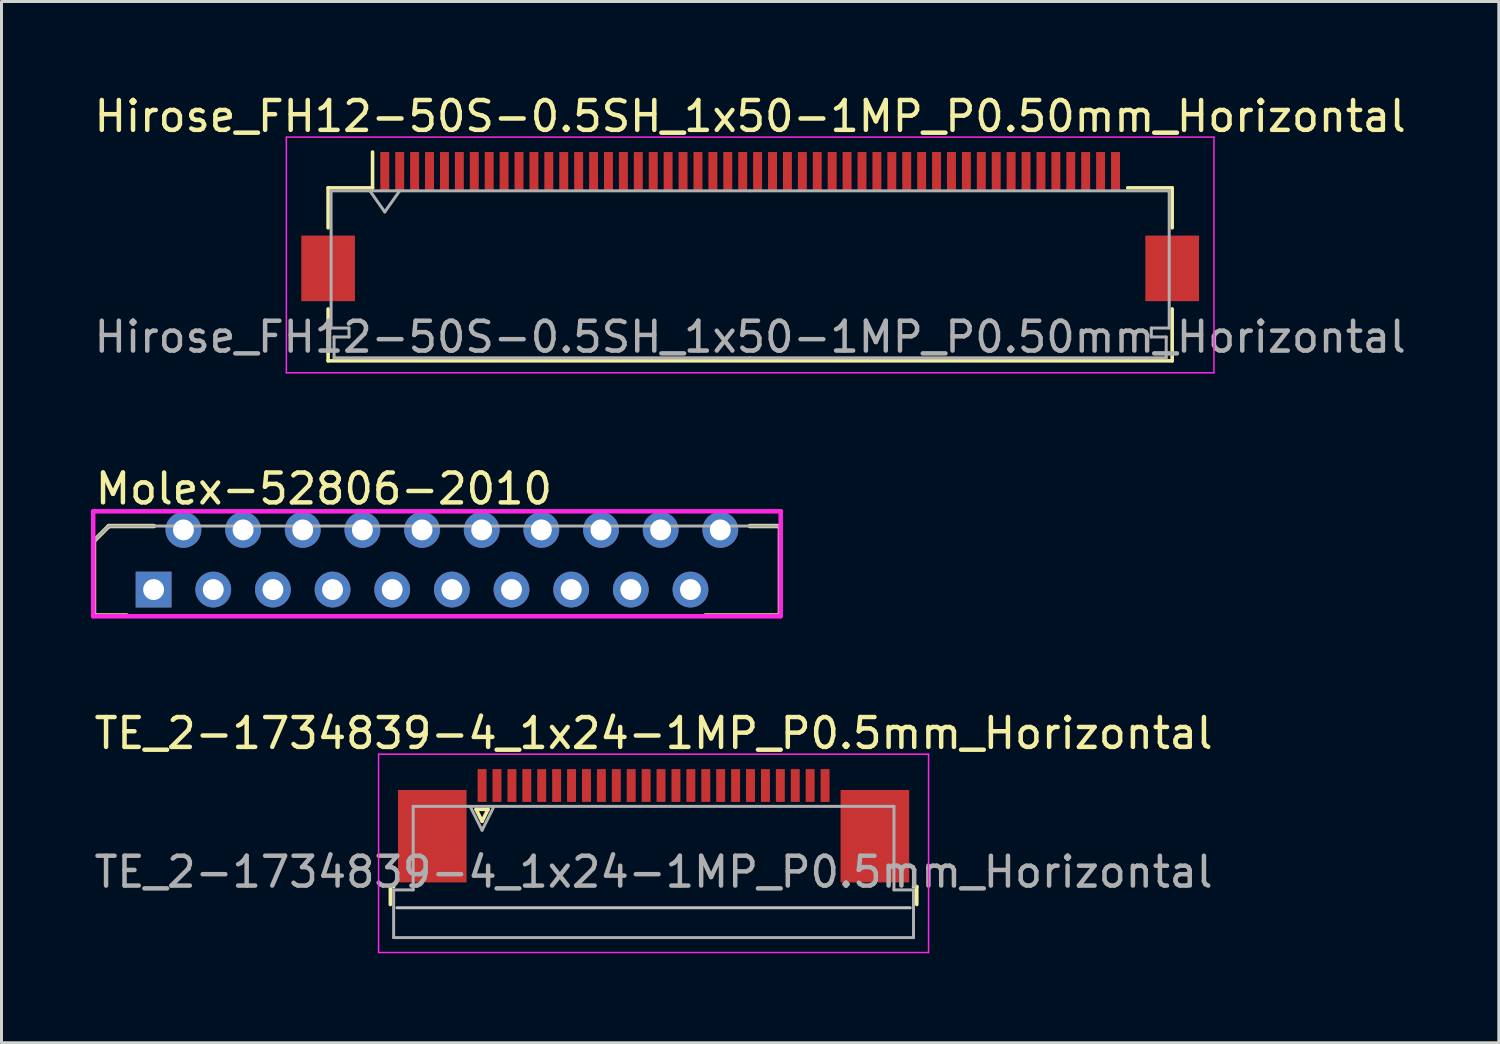
<source format=kicad_pcb>
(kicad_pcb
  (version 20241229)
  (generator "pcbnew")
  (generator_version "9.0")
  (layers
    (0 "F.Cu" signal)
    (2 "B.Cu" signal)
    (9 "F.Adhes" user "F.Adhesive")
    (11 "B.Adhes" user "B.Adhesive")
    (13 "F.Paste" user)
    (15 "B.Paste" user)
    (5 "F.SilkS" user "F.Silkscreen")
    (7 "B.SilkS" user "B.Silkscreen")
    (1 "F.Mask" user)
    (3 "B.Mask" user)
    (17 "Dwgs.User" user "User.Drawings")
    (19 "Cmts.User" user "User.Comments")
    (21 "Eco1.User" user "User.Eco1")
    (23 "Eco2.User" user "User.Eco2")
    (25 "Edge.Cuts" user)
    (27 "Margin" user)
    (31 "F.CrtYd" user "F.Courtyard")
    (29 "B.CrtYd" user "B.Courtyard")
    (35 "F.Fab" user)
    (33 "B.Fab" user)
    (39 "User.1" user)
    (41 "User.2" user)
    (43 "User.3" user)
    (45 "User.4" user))
  (footprint "TE_2-1734839-4_1x24-1MP_P0.5mm_Horizontal"
    (layer "F.Cu")
    (at 18.863 24.636)
    (property "Reference" "TE_2-1734839-4_1x24-1MP_P0.5mm_Horizontal" (at 0 -3.1 0) (layer "F.SilkS") (effects (font (size 1 1) (thickness 0.15))))
    (attr smd)
    (fp_line (start -8.825 2.04) (end -8.825 2.64) (stroke (width 0.12) (type solid)) (layer "F.SilkS"))
    (fp_line (start -8.715 2.04) (end -8.825 2.04) (stroke (width 0.12) (type solid)) (layer "F.SilkS"))
    (fp_line (start -5.95 -0.55) (end -5.75 -0.15) (stroke (width 0.12) (type solid)) (layer "F.SilkS"))
    (fp_line (start -5.75 -0.15) (end -5.55 -0.55) (stroke (width 0.12) (type solid)) (layer "F.SilkS"))
    (fp_line (start -5.55 -0.55) (end -5.95 -0.55) (stroke (width 0.12) (type solid)) (layer "F.SilkS"))
    (fp_line (start 8.715 2.04) (end 8.825 2.04) (stroke (width 0.12) (type solid)) (layer "F.SilkS"))
    (fp_line (start 8.825 2.04) (end 8.825 2.64) (stroke (width 0.12) (type solid)) (layer "F.SilkS"))
    (fp_line (start 8.605 2.75) (end -8.605 2.75) (stroke (width 0.1) (type solid)) (layer "Dwgs.User"))
    (fp_line (start -9.22 -2.4) (end -9.22 4.25) (stroke (width 0.05) (type solid)) (layer "F.CrtYd"))
    (fp_line (start -9.22 4.25) (end 9.22 4.25) (stroke (width 0.05) (type solid)) (layer "F.CrtYd"))
    (fp_line (start 9.22 -2.4) (end -9.22 -2.4) (stroke (width 0.05) (type solid)) (layer "F.CrtYd"))
    (fp_line (start 9.22 4.25) (end 9.22 -2.4) (stroke (width 0.05) (type solid)) (layer "F.CrtYd"))
    (fp_line (start -8.715 2.15) (end -8.06 2.15) (stroke (width 0.1) (type solid)) (layer "F.Fab"))
    (fp_line (start -8.715 3.75) (end -8.715 2.15) (stroke (width 0.1) (type solid)) (layer "F.Fab"))
    (fp_line (start -8.06 -0.65) (end 8.06 -0.65) (stroke (width 0.1) (type solid)) (layer "F.Fab"))
    (fp_line (start -8.06 2.15) (end -8.06 -0.65) (stroke (width 0.1) (type solid)) (layer "F.Fab"))
    (fp_line (start -6.15 -0.65) (end -5.75 0.15) (stroke (width 0.1) (type solid)) (layer "F.Fab"))
    (fp_line (start -5.75 0.15) (end -5.35 -0.65) (stroke (width 0.1) (type solid)) (layer "F.Fab"))
    (fp_line (start 8.06 -0.65) (end 8.06 2.15) (stroke (width 0.1) (type solid)) (layer "F.Fab"))
    (fp_line (start 8.06 2.15) (end 8.715 2.15) (stroke (width 0.1) (type solid)) (layer "F.Fab"))
    (fp_line (start 8.715 2.15) (end 8.715 3.75) (stroke (width 0.1) (type solid)) (layer "F.Fab"))
    (fp_line (start 8.715 3.75) (end -8.715 3.75) (stroke (width 0.1) (type solid)) (layer "F.Fab"))
    (fp_text user "${REFERENCE}" (at 0 1.55 0) (layer "F.Fab") (effects (font (size 1 1) (thickness 0.15))))
    (pad "1" smd rect (at -5.75 -1.35) (size 0.3 1.1) (layers "F.Cu" "F.Mask" "F.Paste"))
    (pad "2" smd rect (at -5.25 -1.35) (size 0.3 1.1) (layers "F.Cu" "F.Mask" "F.Paste"))
    (pad "3" smd rect (at -4.75 -1.35) (size 0.3 1.1) (layers "F.Cu" "F.Mask" "F.Paste"))
    (pad "4" smd rect (at -4.25 -1.35) (size 0.3 1.1) (layers "F.Cu" "F.Mask" "F.Paste"))
    (pad "5" smd rect (at -3.75 -1.35) (size 0.3 1.1) (layers "F.Cu" "F.Mask" "F.Paste"))
    (pad "6" smd rect (at -3.25 -1.35) (size 0.3 1.1) (layers "F.Cu" "F.Mask" "F.Paste"))
    (pad "7" smd rect (at -2.75 -1.35) (size 0.3 1.1) (layers "F.Cu" "F.Mask" "F.Paste"))
    (pad "8" smd rect (at -2.25 -1.35) (size 0.3 1.1) (layers "F.Cu" "F.Mask" "F.Paste"))
    (pad "9" smd rect (at -1.75 -1.35) (size 0.3 1.1) (layers "F.Cu" "F.Mask" "F.Paste"))
    (pad "10" smd rect (at -1.25 -1.35) (size 0.3 1.1) (layers "F.Cu" "F.Mask" "F.Paste"))
    (pad "11" smd rect (at -0.75 -1.35) (size 0.3 1.1) (layers "F.Cu" "F.Mask" "F.Paste"))
    (pad "12" smd rect (at -0.25 -1.35) (size 0.3 1.1) (layers "F.Cu" "F.Mask" "F.Paste"))
    (pad "13" smd rect (at 0.25 -1.35) (size 0.3 1.1) (layers "F.Cu" "F.Mask" "F.Paste"))
    (pad "14" smd rect (at 0.75 -1.35) (size 0.3 1.1) (layers "F.Cu" "F.Mask" "F.Paste"))
    (pad "15" smd rect (at 1.25 -1.35) (size 0.3 1.1) (layers "F.Cu" "F.Mask" "F.Paste"))
    (pad "16" smd rect (at 1.75 -1.35) (size 0.3 1.1) (layers "F.Cu" "F.Mask" "F.Paste"))
    (pad "17" smd rect (at 2.25 -1.35) (size 0.3 1.1) (layers "F.Cu" "F.Mask" "F.Paste"))
    (pad "18" smd rect (at 2.75 -1.35) (size 0.3 1.1) (layers "F.Cu" "F.Mask" "F.Paste"))
    (pad "19" smd rect (at 3.25 -1.35) (size 0.3 1.1) (layers "F.Cu" "F.Mask" "F.Paste"))
    (pad "20" smd rect (at 3.75 -1.35) (size 0.3 1.1) (layers "F.Cu" "F.Mask" "F.Paste"))
    (pad "21" smd rect (at 4.25 -1.35) (size 0.3 1.1) (layers "F.Cu" "F.Mask" "F.Paste"))
    (pad "22" smd rect (at 4.75 -1.35) (size 0.3 1.1) (layers "F.Cu" "F.Mask" "F.Paste"))
    (pad "23" smd rect (at 5.25 -1.35) (size 0.3 1.1) (layers "F.Cu" "F.Mask" "F.Paste"))
    (pad "24" smd rect (at 5.75 -1.35) (size 0.3 1.1) (layers "F.Cu" "F.Mask" "F.Paste"))
    (pad "MP" smd rect (at -7.42 0.35) (size 2.3 3.1) (layers "F.Cu" "F.Mask" "F.Paste"))
    (pad "MP" smd rect (at 7.42 0.35) (size 2.3 3.1) (layers "F.Cu" "F.Mask" "F.Paste")))
  (footprint "Molex-52806-2010"
    (layer "F.Cu")
    (at 2.1 16.717)
    (property "Reference" "Molex-52806-2010" (at -2.032 -2.794 0) (layer "F.SilkS") (effects (font (size 1 1) (thickness 0.15)) (justify left bottom)))
    (attr through_hole)
    (fp_line (start -2 -1.63) (end -1.5 -2.13) (stroke (width 0.15) (type solid)) (layer "F.SilkS"))
    (fp_line (start -2 0.87) (end -2 -1.63) (stroke (width 0.15) (type solid)) (layer "F.SilkS"))
    (fp_line (start -2 0.87) (end -0.896 0.87) (stroke (width 0.15) (type solid)) (layer "F.SilkS"))
    (fp_line (start -1.5 -2.13) (end 0.008 -2.13) (stroke (width 0.15) (type solid)) (layer "F.SilkS"))
    (fp_line (start 18.494 0.87) (end 21 0.87) (stroke (width 0.15) (type solid)) (layer "F.SilkS"))
    (fp_line (start 19.992 -2.13) (end 21 -2.13) (stroke (width 0.15) (type solid)) (layer "F.SilkS"))
    (fp_line (start 21 0.87) (end 21 -2.13) (stroke (width 0.15) (type solid)) (layer "F.SilkS"))
    (fp_line (start -2.025 -2.625) (end -2.025 0.895) (stroke (width 0.15) (type solid)) (layer "F.CrtYd"))
    (fp_line (start -2.025 0.895) (end 21.025 0.895) (stroke (width 0.15) (type solid)) (layer "F.CrtYd"))
    (fp_line (start 21.025 -2.625) (end -2.025 -2.625) (stroke (width 0.15) (type solid)) (layer "F.CrtYd"))
    (fp_line (start 21.025 -2.625) (end 21.025 -2.625) (stroke (width 0.15) (type solid)) (layer "F.CrtYd"))
    (fp_line (start 21.025 0.895) (end 21.025 -2.625) (stroke (width 0.15) (type solid)) (layer "F.CrtYd"))
    (fp_line (start -2 -1.63) (end -1.5 -2.13) (stroke (width 0.1) (type solid)) (layer "F.Fab"))
    (fp_line (start -2 0.87) (end -2 -1.63) (stroke (width 0.1) (type solid)) (layer "F.Fab"))
    (fp_line (start -2 0.87) (end 21 0.87) (stroke (width 0.1) (type solid)) (layer "F.Fab"))
    (fp_line (start -1.5 -2.13) (end 21 -2.13) (stroke (width 0.1) (type solid)) (layer "F.Fab"))
    (fp_line (start 21 0.87) (end 21 -2.13) (stroke (width 0.1) (type solid)) (layer "F.Fab"))
    (pad "1" thru_hole rect (at 0 0) (size 1.2 1.2) (drill 0.7) (layers "*.Cu" "*.Mask"))
    (pad "2" thru_hole circle (at 1 -2) (size 1.2 1.2) (drill 0.7) (layers "*.Cu" "*.Mask"))
    (pad "3" thru_hole circle (at 2 0) (size 1.2 1.2) (drill 0.7) (layers "*.Cu" "*.Mask"))
    (pad "4" thru_hole circle (at 3 -2) (size 1.2 1.2) (drill 0.7) (layers "*.Cu" "*.Mask"))
    (pad "5" thru_hole circle (at 4 0) (size 1.2 1.2) (drill 0.7) (layers "*.Cu" "*.Mask"))
    (pad "6" thru_hole circle (at 5 -2) (size 1.2 1.2) (drill 0.7) (layers "*.Cu" "*.Mask"))
    (pad "7" thru_hole circle (at 6 0) (size 1.2 1.2) (drill 0.7) (layers "*.Cu" "*.Mask"))
    (pad "8" thru_hole circle (at 7 -2) (size 1.2 1.2) (drill 0.7) (layers "*.Cu" "*.Mask"))
    (pad "9" thru_hole circle (at 8 0) (size 1.2 1.2) (drill 0.7) (layers "*.Cu" "*.Mask"))
    (pad "10" thru_hole circle (at 9 -2) (size 1.2 1.2) (drill 0.7) (layers "*.Cu" "*.Mask"))
    (pad "11" thru_hole circle (at 10 0) (size 1.2 1.2) (drill 0.7) (layers "*.Cu" "*.Mask"))
    (pad "12" thru_hole circle (at 11 -2) (size 1.2 1.2) (drill 0.7) (layers "*.Cu" "*.Mask"))
    (pad "13" thru_hole circle (at 12 0) (size 1.2 1.2) (drill 0.7) (layers "*.Cu" "*.Mask"))
    (pad "14" thru_hole circle (at 13 -2) (size 1.2 1.2) (drill 0.7) (layers "*.Cu" "*.Mask"))
    (pad "15" thru_hole circle (at 14 0) (size 1.2 1.2) (drill 0.7) (layers "*.Cu" "*.Mask"))
    (pad "16" thru_hole circle (at 15 -2) (size 1.2 1.2) (drill 0.7) (layers "*.Cu" "*.Mask"))
    (pad "17" thru_hole circle (at 16 0) (size 1.2 1.2) (drill 0.7) (layers "*.Cu" "*.Mask"))
    (pad "18" thru_hole circle (at 17 -2) (size 1.2 1.2) (drill 0.7) (layers "*.Cu" "*.Mask"))
    (pad "19" thru_hole circle (at 18 0) (size 1.2 1.2) (drill 0.7) (layers "*.Cu" "*.Mask"))
    (pad "20" thru_hole circle (at 19 -2) (size 1.2 1.2) (drill 0.7) (layers "*.Cu" "*.Mask")))
  (footprint "Hirose_FH12-50S-0.5SH_1x50-1MP_P0.50mm_Horizontal"
    (layer "F.Cu")
    (at 22.101 4.548)
    (property "Reference" "Hirose_FH12-50S-0.5SH_1x50-1MP_P0.50mm_Horizontal" (at 0 -3.7 0) (layer "F.SilkS") (effects (font (size 1 1) (thickness 0.15))))
    (attr smd)
    (fp_line (start -14.15 -1.3) (end -14.15 0.04) (stroke (width 0.12) (type solid)) (layer "F.SilkS"))
    (fp_line (start -14.15 2.76) (end -14.15 4.5) (stroke (width 0.12) (type solid)) (layer "F.SilkS"))
    (fp_line (start -14.15 4.5) (end 14.15 4.5) (stroke (width 0.12) (type solid)) (layer "F.SilkS"))
    (fp_line (start -12.66 -1.3) (end -14.15 -1.3) (stroke (width 0.12) (type solid)) (layer "F.SilkS"))
    (fp_line (start -12.66 -1.3) (end -12.66 -2.5) (stroke (width 0.12) (type solid)) (layer "F.SilkS"))
    (fp_line (start 12.66 -1.3) (end 14.15 -1.3) (stroke (width 0.12) (type solid)) (layer "F.SilkS"))
    (fp_line (start 14.15 -1.3) (end 14.15 0.04) (stroke (width 0.12) (type solid)) (layer "F.SilkS"))
    (fp_line (start 14.15 4.5) (end 14.15 2.76) (stroke (width 0.12) (type solid)) (layer "F.SilkS"))
    (fp_line (start -15.55 -3) (end -15.55 4.9) (stroke (width 0.05) (type solid)) (layer "F.CrtYd"))
    (fp_line (start -15.55 4.9) (end 15.55 4.9) (stroke (width 0.05) (type solid)) (layer "F.CrtYd"))
    (fp_line (start 15.55 -3) (end -15.55 -3) (stroke (width 0.05) (type solid)) (layer "F.CrtYd"))
    (fp_line (start 15.55 4.9) (end 15.55 -3) (stroke (width 0.05) (type solid)) (layer "F.CrtYd"))
    (fp_line (start -14.05 -1.2) (end -14.05 3.4) (stroke (width 0.1) (type solid)) (layer "F.Fab"))
    (fp_line (start -14.05 3.4) (end -13.45 3.4) (stroke (width 0.1) (type solid)) (layer "F.Fab"))
    (fp_line (start -13.95 3.7) (end -13.95 4.4) (stroke (width 0.1) (type solid)) (layer "F.Fab"))
    (fp_line (start -13.95 4.4) (end 0 4.4) (stroke (width 0.1) (type solid)) (layer "F.Fab"))
    (fp_line (start -13.45 3.4) (end -13.45 3.7) (stroke (width 0.1) (type solid)) (layer "F.Fab"))
    (fp_line (start -13.45 3.7) (end -13.95 3.7) (stroke (width 0.1) (type solid)) (layer "F.Fab"))
    (fp_line (start -12.75 -1.2) (end -12.25 -0.493) (stroke (width 0.1) (type solid)) (layer "F.Fab"))
    (fp_line (start -12.25 -0.493) (end -11.75 -1.2) (stroke (width 0.1) (type solid)) (layer "F.Fab"))
    (fp_line (start 0 -1.2) (end -14.05 -1.2) (stroke (width 0.1) (type solid)) (layer "F.Fab"))
    (fp_line (start 0 -1.2) (end 14.05 -1.2) (stroke (width 0.1) (type solid)) (layer "F.Fab"))
    (fp_line (start 13.45 3.4) (end 13.45 3.7) (stroke (width 0.1) (type solid)) (layer "F.Fab"))
    (fp_line (start 13.45 3.7) (end 13.95 3.7) (stroke (width 0.1) (type solid)) (layer "F.Fab"))
    (fp_line (start 13.95 3.7) (end 13.95 4.4) (stroke (width 0.1) (type solid)) (layer "F.Fab"))
    (fp_line (start 13.95 4.4) (end 0 4.4) (stroke (width 0.1) (type solid)) (layer "F.Fab"))
    (fp_line (start 14.05 -1.2) (end 14.05 3.4) (stroke (width 0.1) (type solid)) (layer "F.Fab"))
    (fp_line (start 14.05 3.4) (end 13.45 3.4) (stroke (width 0.1) (type solid)) (layer "F.Fab"))
    (fp_text user "${REFERENCE}" (at 0 3.7 0) (layer "F.Fab") (effects (font (size 1 1) (thickness 0.15))))
    (pad "1" smd rect (at -12.25 -1.85) (size 0.3 1.3) (layers "F.Cu" "F.Mask" "F.Paste"))
    (pad "2" smd rect (at -11.75 -1.85) (size 0.3 1.3) (layers "F.Cu" "F.Mask" "F.Paste"))
    (pad "3" smd rect (at -11.25 -1.85) (size 0.3 1.3) (layers "F.Cu" "F.Mask" "F.Paste"))
    (pad "4" smd rect (at -10.75 -1.85) (size 0.3 1.3) (layers "F.Cu" "F.Mask" "F.Paste"))
    (pad "5" smd rect (at -10.25 -1.85) (size 0.3 1.3) (layers "F.Cu" "F.Mask" "F.Paste"))
    (pad "6" smd rect (at -9.75 -1.85) (size 0.3 1.3) (layers "F.Cu" "F.Mask" "F.Paste"))
    (pad "7" smd rect (at -9.25 -1.85) (size 0.3 1.3) (layers "F.Cu" "F.Mask" "F.Paste"))
    (pad "8" smd rect (at -8.75 -1.85) (size 0.3 1.3) (layers "F.Cu" "F.Mask" "F.Paste"))
    (pad "9" smd rect (at -8.25 -1.85) (size 0.3 1.3) (layers "F.Cu" "F.Mask" "F.Paste"))
    (pad "10" smd rect (at -7.75 -1.85) (size 0.3 1.3) (layers "F.Cu" "F.Mask" "F.Paste"))
    (pad "11" smd rect (at -7.25 -1.85) (size 0.3 1.3) (layers "F.Cu" "F.Mask" "F.Paste"))
    (pad "12" smd rect (at -6.75 -1.85) (size 0.3 1.3) (layers "F.Cu" "F.Mask" "F.Paste"))
    (pad "13" smd rect (at -6.25 -1.85) (size 0.3 1.3) (layers "F.Cu" "F.Mask" "F.Paste"))
    (pad "14" smd rect (at -5.75 -1.85) (size 0.3 1.3) (layers "F.Cu" "F.Mask" "F.Paste"))
    (pad "15" smd rect (at -5.25 -1.85) (size 0.3 1.3) (layers "F.Cu" "F.Mask" "F.Paste"))
    (pad "16" smd rect (at -4.75 -1.85) (size 0.3 1.3) (layers "F.Cu" "F.Mask" "F.Paste"))
    (pad "17" smd rect (at -4.25 -1.85) (size 0.3 1.3) (layers "F.Cu" "F.Mask" "F.Paste"))
    (pad "18" smd rect (at -3.75 -1.85) (size 0.3 1.3) (layers "F.Cu" "F.Mask" "F.Paste"))
    (pad "19" smd rect (at -3.25 -1.85) (size 0.3 1.3) (layers "F.Cu" "F.Mask" "F.Paste"))
    (pad "20" smd rect (at -2.75 -1.85) (size 0.3 1.3) (layers "F.Cu" "F.Mask" "F.Paste"))
    (pad "21" smd rect (at -2.25 -1.85) (size 0.3 1.3) (layers "F.Cu" "F.Mask" "F.Paste"))
    (pad "22" smd rect (at -1.75 -1.85) (size 0.3 1.3) (layers "F.Cu" "F.Mask" "F.Paste"))
    (pad "23" smd rect (at -1.25 -1.85) (size 0.3 1.3) (layers "F.Cu" "F.Mask" "F.Paste"))
    (pad "24" smd rect (at -0.75 -1.85) (size 0.3 1.3) (layers "F.Cu" "F.Mask" "F.Paste"))
    (pad "25" smd rect (at -0.25 -1.85) (size 0.3 1.3) (layers "F.Cu" "F.Mask" "F.Paste"))
    (pad "26" smd rect (at 0.25 -1.85) (size 0.3 1.3) (layers "F.Cu" "F.Mask" "F.Paste"))
    (pad "27" smd rect (at 0.75 -1.85) (size 0.3 1.3) (layers "F.Cu" "F.Mask" "F.Paste"))
    (pad "28" smd rect (at 1.25 -1.85) (size 0.3 1.3) (layers "F.Cu" "F.Mask" "F.Paste"))
    (pad "29" smd rect (at 1.75 -1.85) (size 0.3 1.3) (layers "F.Cu" "F.Mask" "F.Paste"))
    (pad "30" smd rect (at 2.25 -1.85) (size 0.3 1.3) (layers "F.Cu" "F.Mask" "F.Paste"))
    (pad "31" smd rect (at 2.75 -1.85) (size 0.3 1.3) (layers "F.Cu" "F.Mask" "F.Paste"))
    (pad "32" smd rect (at 3.25 -1.85) (size 0.3 1.3) (layers "F.Cu" "F.Mask" "F.Paste"))
    (pad "33" smd rect (at 3.75 -1.85) (size 0.3 1.3) (layers "F.Cu" "F.Mask" "F.Paste"))
    (pad "34" smd rect (at 4.25 -1.85) (size 0.3 1.3) (layers "F.Cu" "F.Mask" "F.Paste"))
    (pad "35" smd rect (at 4.75 -1.85) (size 0.3 1.3) (layers "F.Cu" "F.Mask" "F.Paste"))
    (pad "36" smd rect (at 5.25 -1.85) (size 0.3 1.3) (layers "F.Cu" "F.Mask" "F.Paste"))
    (pad "37" smd rect (at 5.75 -1.85) (size 0.3 1.3) (layers "F.Cu" "F.Mask" "F.Paste"))
    (pad "38" smd rect (at 6.25 -1.85) (size 0.3 1.3) (layers "F.Cu" "F.Mask" "F.Paste"))
    (pad "39" smd rect (at 6.75 -1.85) (size 0.3 1.3) (layers "F.Cu" "F.Mask" "F.Paste"))
    (pad "40" smd rect (at 7.25 -1.85) (size 0.3 1.3) (layers "F.Cu" "F.Mask" "F.Paste"))
    (pad "41" smd rect (at 7.75 -1.85) (size 0.3 1.3) (layers "F.Cu" "F.Mask" "F.Paste"))
    (pad "42" smd rect (at 8.25 -1.85) (size 0.3 1.3) (layers "F.Cu" "F.Mask" "F.Paste"))
    (pad "43" smd rect (at 8.75 -1.85) (size 0.3 1.3) (layers "F.Cu" "F.Mask" "F.Paste"))
    (pad "44" smd rect (at 9.25 -1.85) (size 0.3 1.3) (layers "F.Cu" "F.Mask" "F.Paste"))
    (pad "45" smd rect (at 9.75 -1.85) (size 0.3 1.3) (layers "F.Cu" "F.Mask" "F.Paste"))
    (pad "46" smd rect (at 10.25 -1.85) (size 0.3 1.3) (layers "F.Cu" "F.Mask" "F.Paste"))
    (pad "47" smd rect (at 10.75 -1.85) (size 0.3 1.3) (layers "F.Cu" "F.Mask" "F.Paste"))
    (pad "48" smd rect (at 11.25 -1.85) (size 0.3 1.3) (layers "F.Cu" "F.Mask" "F.Paste"))
    (pad "49" smd rect (at 11.75 -1.85) (size 0.3 1.3) (layers "F.Cu" "F.Mask" "F.Paste"))
    (pad "50" smd rect (at 12.25 -1.85) (size 0.3 1.3) (layers "F.Cu" "F.Mask" "F.Paste"))
    (pad "MP" smd rect (at -14.15 1.4) (size 1.8 2.2) (layers "F.Cu" "F.Mask" "F.Paste"))
    (pad "MP" smd rect (at 14.15 1.4) (size 1.8 2.2) (layers "F.Cu" "F.Mask" "F.Paste")))
  (gr_rect
    (start -3 -3)
    (end 47.202 31.911)
    (stroke (width 0.1) (type default))
    (fill no)
    (layer "Edge.Cuts")))
</source>
